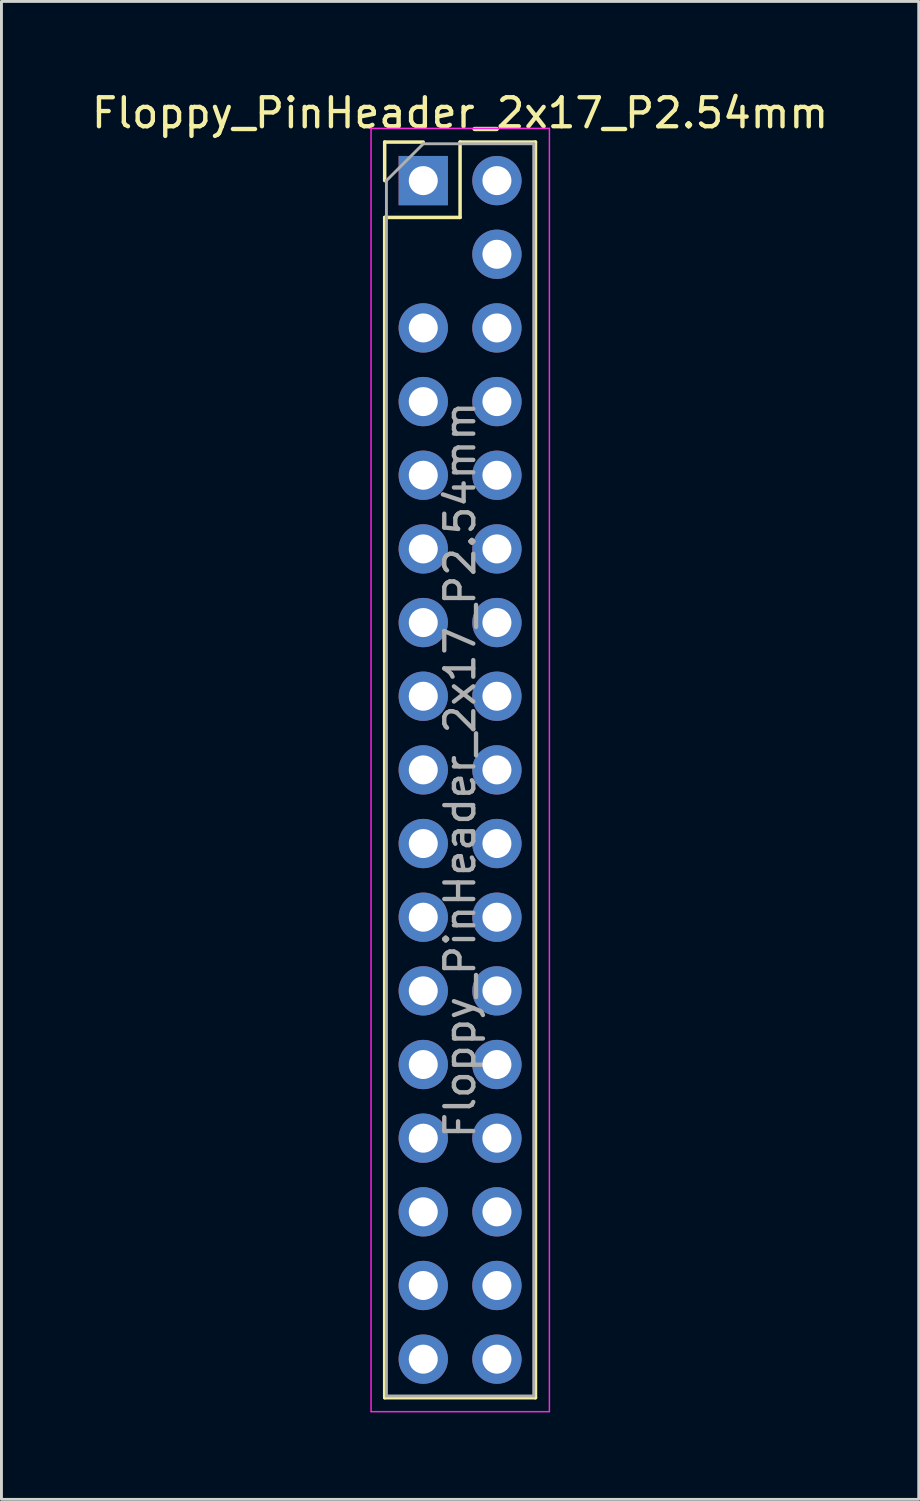
<source format=kicad_pcb>
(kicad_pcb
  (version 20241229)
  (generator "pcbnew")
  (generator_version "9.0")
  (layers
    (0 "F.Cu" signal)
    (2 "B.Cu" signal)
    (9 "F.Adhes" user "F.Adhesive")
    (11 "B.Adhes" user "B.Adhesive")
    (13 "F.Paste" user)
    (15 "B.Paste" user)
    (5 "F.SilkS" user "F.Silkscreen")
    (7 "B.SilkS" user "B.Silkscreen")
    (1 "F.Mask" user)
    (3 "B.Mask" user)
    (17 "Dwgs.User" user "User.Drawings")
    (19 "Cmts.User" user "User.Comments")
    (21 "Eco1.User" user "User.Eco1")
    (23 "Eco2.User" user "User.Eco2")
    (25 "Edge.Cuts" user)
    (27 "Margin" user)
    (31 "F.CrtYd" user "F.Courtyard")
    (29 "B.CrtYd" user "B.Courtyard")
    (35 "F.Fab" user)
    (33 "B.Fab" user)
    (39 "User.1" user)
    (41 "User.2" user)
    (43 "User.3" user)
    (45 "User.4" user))
  (footprint "Floppy_PinHeader_2x17_P2.54mm"
    (layer "F.Cu")
    (at 11.545 3.178)
    (property "Reference" "Floppy_PinHeader_2x17_P2.54mm" (at 1.27 -2.33 0) (layer "F.SilkS") (effects (font (size 1 1) (thickness 0.15))))
    (attr through_hole)
    (fp_line (start -1.33 -1.33) (end 0 -1.33) (stroke (width 0.12) (type solid)) (layer "F.SilkS"))
    (fp_line (start -1.33 0) (end -1.33 -1.33) (stroke (width 0.12) (type solid)) (layer "F.SilkS"))
    (fp_line (start -1.33 1.27) (end -1.33 41.97) (stroke (width 0.12) (type solid)) (layer "F.SilkS"))
    (fp_line (start -1.33 1.27) (end 1.27 1.27) (stroke (width 0.12) (type solid)) (layer "F.SilkS"))
    (fp_line (start -1.33 41.97) (end 3.87 41.97) (stroke (width 0.12) (type solid)) (layer "F.SilkS"))
    (fp_line (start 1.27 -1.33) (end 3.87 -1.33) (stroke (width 0.12) (type solid)) (layer "F.SilkS"))
    (fp_line (start 1.27 1.27) (end 1.27 -1.33) (stroke (width 0.12) (type solid)) (layer "F.SilkS"))
    (fp_line (start 3.87 -1.33) (end 3.87 41.97) (stroke (width 0.12) (type solid)) (layer "F.SilkS"))
    (fp_line (start -1.8 -1.8) (end -1.8 42.45) (stroke (width 0.05) (type solid)) (layer "F.CrtYd"))
    (fp_line (start -1.8 42.45) (end 4.35 42.45) (stroke (width 0.05) (type solid)) (layer "F.CrtYd"))
    (fp_line (start 4.35 -1.8) (end -1.8 -1.8) (stroke (width 0.05) (type solid)) (layer "F.CrtYd"))
    (fp_line (start 4.35 42.45) (end 4.35 -1.8) (stroke (width 0.05) (type solid)) (layer "F.CrtYd"))
    (fp_line (start -1.27 0) (end 0 -1.27) (stroke (width 0.1) (type solid)) (layer "F.Fab"))
    (fp_line (start -1.27 41.91) (end -1.27 0) (stroke (width 0.1) (type solid)) (layer "F.Fab"))
    (fp_line (start 0 -1.27) (end 3.81 -1.27) (stroke (width 0.1) (type solid)) (layer "F.Fab"))
    (fp_line (start 3.81 -1.27) (end 3.81 41.91) (stroke (width 0.1) (type solid)) (layer "F.Fab"))
    (fp_line (start 3.81 41.91) (end -1.27 41.91) (stroke (width 0.1) (type solid)) (layer "F.Fab"))
    (fp_text user "${REFERENCE}" (at 1.27 20.32 90) (layer "F.Fab") (effects (font (size 1 1) (thickness 0.15))))
    (pad "1" thru_hole rect (at 0 0) (size 1.7 1.7) (drill 1) (layers "*.Cu" "*.Mask"))
    (pad "2" thru_hole oval (at 2.54 0) (size 1.7 1.7) (drill 1) (layers "*.Cu" "*.Mask"))
    (pad "4" thru_hole oval (at 2.54 2.54) (size 1.7 1.7) (drill 1) (layers "*.Cu" "*.Mask"))
    (pad "5" thru_hole oval (at 0 5.08) (size 1.7 1.7) (drill 1) (layers "*.Cu" "*.Mask"))
    (pad "6" thru_hole oval (at 2.54 5.08) (size 1.7 1.7) (drill 1) (layers "*.Cu" "*.Mask"))
    (pad "7" thru_hole oval (at 0 7.62) (size 1.7 1.7) (drill 1) (layers "*.Cu" "*.Mask"))
    (pad "8" thru_hole oval (at 2.54 7.62) (size 1.7 1.7) (drill 1) (layers "*.Cu" "*.Mask"))
    (pad "9" thru_hole oval (at 0 10.16) (size 1.7 1.7) (drill 1) (layers "*.Cu" "*.Mask"))
    (pad "10" thru_hole oval (at 2.54 10.16) (size 1.7 1.7) (drill 1) (layers "*.Cu" "*.Mask"))
    (pad "11" thru_hole oval (at 0 12.7) (size 1.7 1.7) (drill 1) (layers "*.Cu" "*.Mask"))
    (pad "12" thru_hole oval (at 2.54 12.7) (size 1.7 1.7) (drill 1) (layers "*.Cu" "*.Mask"))
    (pad "13" thru_hole oval (at 0 15.24) (size 1.7 1.7) (drill 1) (layers "*.Cu" "*.Mask"))
    (pad "14" thru_hole oval (at 2.54 15.24) (size 1.7 1.7) (drill 1) (layers "*.Cu" "*.Mask"))
    (pad "15" thru_hole oval (at 0 17.78) (size 1.7 1.7) (drill 1) (layers "*.Cu" "*.Mask"))
    (pad "16" thru_hole oval (at 2.54 17.78) (size 1.7 1.7) (drill 1) (layers "*.Cu" "*.Mask"))
    (pad "17" thru_hole oval (at 0 20.32) (size 1.7 1.7) (drill 1) (layers "*.Cu" "*.Mask"))
    (pad "18" thru_hole oval (at 2.54 20.32) (size 1.7 1.7) (drill 1) (layers "*.Cu" "*.Mask"))
    (pad "19" thru_hole oval (at 0 22.86) (size 1.7 1.7) (drill 1) (layers "*.Cu" "*.Mask"))
    (pad "20" thru_hole oval (at 2.54 22.86) (size 1.7 1.7) (drill 1) (layers "*.Cu" "*.Mask"))
    (pad "21" thru_hole oval (at 0 25.4) (size 1.7 1.7) (drill 1) (layers "*.Cu" "*.Mask"))
    (pad "22" thru_hole oval (at 2.54 25.4) (size 1.7 1.7) (drill 1) (layers "*.Cu" "*.Mask"))
    (pad "23" thru_hole oval (at 0 27.94) (size 1.7 1.7) (drill 1) (layers "*.Cu" "*.Mask"))
    (pad "24" thru_hole oval (at 2.54 27.94) (size 1.7 1.7) (drill 1) (layers "*.Cu" "*.Mask"))
    (pad "25" thru_hole oval (at 0 30.48) (size 1.7 1.7) (drill 1) (layers "*.Cu" "*.Mask"))
    (pad "26" thru_hole oval (at 2.54 30.48) (size 1.7 1.7) (drill 1) (layers "*.Cu" "*.Mask"))
    (pad "27" thru_hole oval (at 0 33.02) (size 1.7 1.7) (drill 1) (layers "*.Cu" "*.Mask"))
    (pad "28" thru_hole oval (at 2.54 33.02) (size 1.7 1.7) (drill 1) (layers "*.Cu" "*.Mask"))
    (pad "29" thru_hole oval (at 0 35.56) (size 1.7 1.7) (drill 1) (layers "*.Cu" "*.Mask"))
    (pad "30" thru_hole oval (at 2.54 35.56) (size 1.7 1.7) (drill 1) (layers "*.Cu" "*.Mask"))
    (pad "31" thru_hole oval (at 0 38.1) (size 1.7 1.7) (drill 1) (layers "*.Cu" "*.Mask"))
    (pad "32" thru_hole oval (at 2.54 38.1) (size 1.7 1.7) (drill 1) (layers "*.Cu" "*.Mask"))
    (pad "33" thru_hole oval (at 0 40.64) (size 1.7 1.7) (drill 1) (layers "*.Cu" "*.Mask"))
    (pad "34" thru_hole oval (at 2.54 40.64) (size 1.7 1.7) (drill 1) (layers "*.Cu" "*.Mask")))
  (gr_rect
    (start -3 -3)
    (end 28.631 48.653)
    (stroke (width 0.1) (type default))
    (fill no)
    (layer "Edge.Cuts")))
</source>
